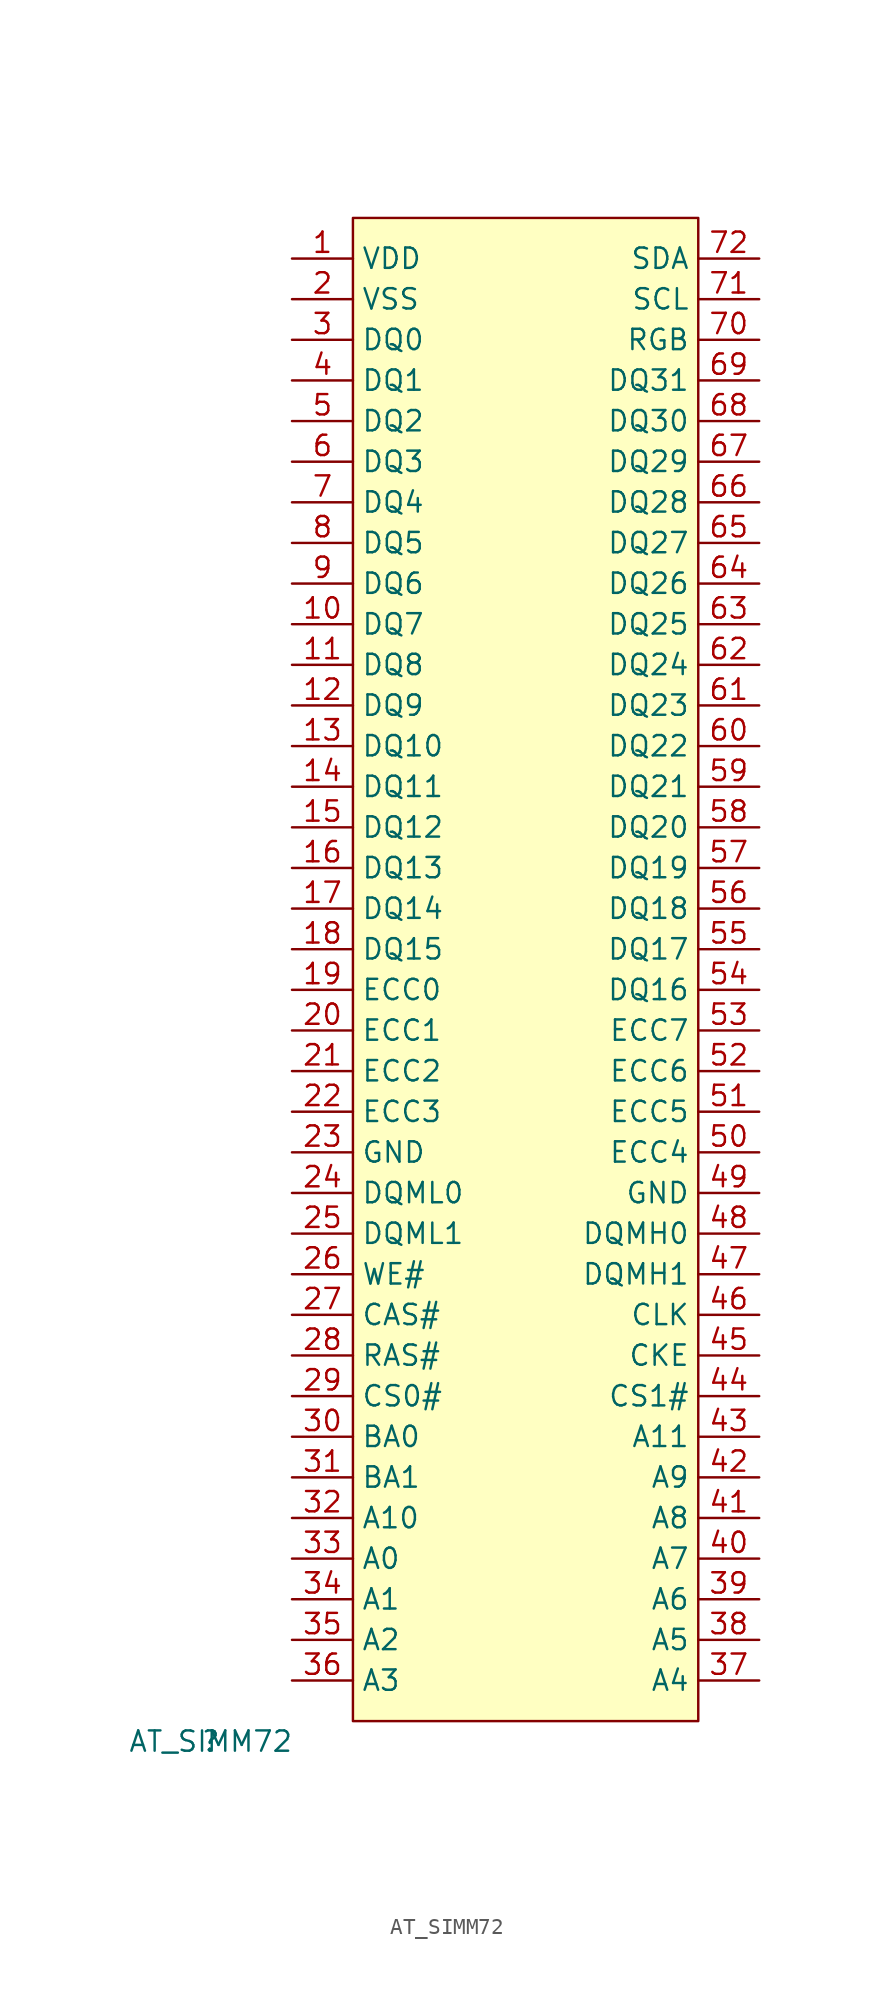
<source format=kicad_sym>
(kicad_symbol_lib
  (version 20220914)
  (generator kicad_symbol_editor)
  (symbol "AT_SIMM72"
    (property "Reference" ""
      (at 0 0 0)
      (effects (font (size 1.27 1.27))))
    (property "Value" "AT_SIMM72"
      (at 0 0 0)
      (effects (font (size 1.27 1.27))))
    (symbol "AT_SIMM72_1_0"
      (rectangle (start 30.48 95.25) (end 8.89 1.27) (stroke (width 0) (type solid)) (fill (type background)))
      (pin passive line (at 5.08 92.71 0) (length 3.81) (name "VDD" (effects (font (size 1.27 1.27)))) (number "1" (effects (font (size 1.27 1.27)))))
      (pin passive line (at 5.08 69.85 0) (length 3.81) (name "DQ7" (effects (font (size 1.27 1.27)))) (number "10" (effects (font (size 1.27 1.27)))))
      (pin passive line (at 5.08 67.31 0) (length 3.81) (name "DQ8" (effects (font (size 1.27 1.27)))) (number "11" (effects (font (size 1.27 1.27)))))
      (pin passive line (at 5.08 64.77 0) (length 3.81) (name "DQ9" (effects (font (size 1.27 1.27)))) (number "12" (effects (font (size 1.27 1.27)))))
      (pin passive line (at 5.08 62.23 0) (length 3.81) (name "DQ10" (effects (font (size 1.27 1.27)))) (number "13" (effects (font (size 1.27 1.27)))))
      (pin passive line (at 5.08 59.69 0) (length 3.81) (name "DQ11" (effects (font (size 1.27 1.27)))) (number "14" (effects (font (size 1.27 1.27)))))
      (pin passive line (at 5.08 57.15 0) (length 3.81) (name "DQ12" (effects (font (size 1.27 1.27)))) (number "15" (effects (font (size 1.27 1.27)))))
      (pin passive line (at 5.08 54.61 0) (length 3.81) (name "DQ13" (effects (font (size 1.27 1.27)))) (number "16" (effects (font (size 1.27 1.27)))))
      (pin passive line (at 5.08 52.07 0) (length 3.81) (name "DQ14" (effects (font (size 1.27 1.27)))) (number "17" (effects (font (size 1.27 1.27)))))
      (pin passive line (at 5.08 49.53 0) (length 3.81) (name "DQ15" (effects (font (size 1.27 1.27)))) (number "18" (effects (font (size 1.27 1.27)))))
      (pin passive line (at 5.08 46.99 0) (length 3.81) (name "ECC0" (effects (font (size 1.27 1.27)))) (number "19" (effects (font (size 1.27 1.27)))))
      (pin passive line (at 5.08 90.17 0) (length 3.81) (name "VSS" (effects (font (size 1.27 1.27)))) (number "2" (effects (font (size 1.27 1.27)))))
      (pin passive line (at 5.08 44.45 0) (length 3.81) (name "ECC1" (effects (font (size 1.27 1.27)))) (number "20" (effects (font (size 1.27 1.27)))))
      (pin passive line (at 5.08 41.91 0) (length 3.81) (name "ECC2" (effects (font (size 1.27 1.27)))) (number "21" (effects (font (size 1.27 1.27)))))
      (pin passive line (at 5.08 39.37 0) (length 3.81) (name "ECC3" (effects (font (size 1.27 1.27)))) (number "22" (effects (font (size 1.27 1.27)))))
      (pin passive line (at 5.08 36.83 0) (length 3.81) (name "GND" (effects (font (size 1.27 1.27)))) (number "23" (effects (font (size 1.27 1.27)))))
      (pin passive line (at 5.08 34.29 0) (length 3.81) (name "DQML0" (effects (font (size 1.27 1.27)))) (number "24" (effects (font (size 1.27 1.27)))))
      (pin passive line (at 5.08 31.75 0) (length 3.81) (name "DQML1" (effects (font (size 1.27 1.27)))) (number "25" (effects (font (size 1.27 1.27)))))
      (pin passive line (at 5.08 29.21 0) (length 3.81) (name "WE#" (effects (font (size 1.27 1.27)))) (number "26" (effects (font (size 1.27 1.27)))))
      (pin passive line (at 5.08 26.67 0) (length 3.81) (name "CAS#" (effects (font (size 1.27 1.27)))) (number "27" (effects (font (size 1.27 1.27)))))
      (pin passive line (at 5.08 24.13 0) (length 3.81) (name "RAS#" (effects (font (size 1.27 1.27)))) (number "28" (effects (font (size 1.27 1.27)))))
      (pin passive line (at 5.08 21.59 0) (length 3.81) (name "CS0#" (effects (font (size 1.27 1.27)))) (number "29" (effects (font (size 1.27 1.27)))))
      (pin passive line (at 5.08 87.63 0) (length 3.81) (name "DQ0" (effects (font (size 1.27 1.27)))) (number "3" (effects (font (size 1.27 1.27)))))
      (pin passive line (at 5.08 19.05 0) (length 3.81) (name "BA0" (effects (font (size 1.27 1.27)))) (number "30" (effects (font (size 1.27 1.27)))))
      (pin passive line (at 5.08 16.51 0) (length 3.81) (name "BA1" (effects (font (size 1.27 1.27)))) (number "31" (effects (font (size 1.27 1.27)))))
      (pin passive line (at 5.08 13.97 0) (length 3.81) (name "A10" (effects (font (size 1.27 1.27)))) (number "32" (effects (font (size 1.27 1.27)))))
      (pin passive line (at 5.08 11.43 0) (length 3.81) (name "A0" (effects (font (size 1.27 1.27)))) (number "33" (effects (font (size 1.27 1.27)))))
      (pin passive line (at 5.08 8.89 0) (length 3.81) (name "A1" (effects (font (size 1.27 1.27)))) (number "34" (effects (font (size 1.27 1.27)))))
      (pin passive line (at 5.08 6.35 0) (length 3.81) (name "A2" (effects (font (size 1.27 1.27)))) (number "35" (effects (font (size 1.27 1.27)))))
      (pin passive line (at 5.08 3.81 0) (length 3.81) (name "A3" (effects (font (size 1.27 1.27)))) (number "36" (effects (font (size 1.27 1.27)))))
      (pin passive line (at 34.29 3.81 180) (length 3.81) (name "A4" (effects (font (size 1.27 1.27)))) (number "37" (effects (font (size 1.27 1.27)))))
      (pin passive line (at 34.29 6.35 180) (length 3.81) (name "A5" (effects (font (size 1.27 1.27)))) (number "38" (effects (font (size 1.27 1.27)))))
      (pin passive line (at 34.29 8.89 180) (length 3.81) (name "A6" (effects (font (size 1.27 1.27)))) (number "39" (effects (font (size 1.27 1.27)))))
      (pin passive line (at 5.08 85.09 0) (length 3.81) (name "DQ1" (effects (font (size 1.27 1.27)))) (number "4" (effects (font (size 1.27 1.27)))))
      (pin passive line (at 34.29 11.43 180) (length 3.81) (name "A7" (effects (font (size 1.27 1.27)))) (number "40" (effects (font (size 1.27 1.27)))))
      (pin passive line (at 34.29 13.97 180) (length 3.81) (name "A8" (effects (font (size 1.27 1.27)))) (number "41" (effects (font (size 1.27 1.27)))))
      (pin passive line (at 34.29 16.51 180) (length 3.81) (name "A9" (effects (font (size 1.27 1.27)))) (number "42" (effects (font (size 1.27 1.27)))))
      (pin passive line (at 34.29 19.05 180) (length 3.81) (name "A11" (effects (font (size 1.27 1.27)))) (number "43" (effects (font (size 1.27 1.27)))))
      (pin passive line (at 34.29 21.59 180) (length 3.81) (name "CS1#" (effects (font (size 1.27 1.27)))) (number "44" (effects (font (size 1.27 1.27)))))
      (pin passive line (at 34.29 24.13 180) (length 3.81) (name "CKE" (effects (font (size 1.27 1.27)))) (number "45" (effects (font (size 1.27 1.27)))))
      (pin passive line (at 34.29 26.67 180) (length 3.81) (name "CLK" (effects (font (size 1.27 1.27)))) (number "46" (effects (font (size 1.27 1.27)))))
      (pin passive line (at 34.29 29.21 180) (length 3.81) (name "DQMH1" (effects (font (size 1.27 1.27)))) (number "47" (effects (font (size 1.27 1.27)))))
      (pin passive line (at 34.29 31.75 180) (length 3.81) (name "DQMH0" (effects (font (size 1.27 1.27)))) (number "48" (effects (font (size 1.27 1.27)))))
      (pin passive line (at 34.29 34.29 180) (length 3.81) (name "GND" (effects (font (size 1.27 1.27)))) (number "49" (effects (font (size 1.27 1.27)))))
      (pin passive line (at 5.08 82.55 0) (length 3.81) (name "DQ2" (effects (font (size 1.27 1.27)))) (number "5" (effects (font (size 1.27 1.27)))))
      (pin passive line (at 34.29 36.83 180) (length 3.81) (name "ECC4" (effects (font (size 1.27 1.27)))) (number "50" (effects (font (size 1.27 1.27)))))
      (pin passive line (at 34.29 39.37 180) (length 3.81) (name "ECC5" (effects (font (size 1.27 1.27)))) (number "51" (effects (font (size 1.27 1.27)))))
      (pin passive line (at 34.29 41.91 180) (length 3.81) (name "ECC6" (effects (font (size 1.27 1.27)))) (number "52" (effects (font (size 1.27 1.27)))))
      (pin passive line (at 34.29 44.45 180) (length 3.81) (name "ECC7" (effects (font (size 1.27 1.27)))) (number "53" (effects (font (size 1.27 1.27)))))
      (pin passive line (at 34.29 46.99 180) (length 3.81) (name "DQ16" (effects (font (size 1.27 1.27)))) (number "54" (effects (font (size 1.27 1.27)))))
      (pin passive line (at 34.29 49.53 180) (length 3.81) (name "DQ17" (effects (font (size 1.27 1.27)))) (number "55" (effects (font (size 1.27 1.27)))))
      (pin passive line (at 34.29 52.07 180) (length 3.81) (name "DQ18" (effects (font (size 1.27 1.27)))) (number "56" (effects (font (size 1.27 1.27)))))
      (pin passive line (at 34.29 54.61 180) (length 3.81) (name "DQ19" (effects (font (size 1.27 1.27)))) (number "57" (effects (font (size 1.27 1.27)))))
      (pin passive line (at 34.29 57.15 180) (length 3.81) (name "DQ20" (effects (font (size 1.27 1.27)))) (number "58" (effects (font (size 1.27 1.27)))))
      (pin passive line (at 34.29 59.69 180) (length 3.81) (name "DQ21" (effects (font (size 1.27 1.27)))) (number "59" (effects (font (size 1.27 1.27)))))
      (pin passive line (at 5.08 80.01 0) (length 3.81) (name "DQ3" (effects (font (size 1.27 1.27)))) (number "6" (effects (font (size 1.27 1.27)))))
      (pin passive line (at 34.29 62.23 180) (length 3.81) (name "DQ22" (effects (font (size 1.27 1.27)))) (number "60" (effects (font (size 1.27 1.27)))))
      (pin passive line (at 34.29 64.77 180) (length 3.81) (name "DQ23" (effects (font (size 1.27 1.27)))) (number "61" (effects (font (size 1.27 1.27)))))
      (pin passive line (at 34.29 67.31 180) (length 3.81) (name "DQ24" (effects (font (size 1.27 1.27)))) (number "62" (effects (font (size 1.27 1.27)))))
      (pin passive line (at 34.29 69.85 180) (length 3.81) (name "DQ25" (effects (font (size 1.27 1.27)))) (number "63" (effects (font (size 1.27 1.27)))))
      (pin passive line (at 34.29 72.39 180) (length 3.81) (name "DQ26" (effects (font (size 1.27 1.27)))) (number "64" (effects (font (size 1.27 1.27)))))
      (pin passive line (at 34.29 74.93 180) (length 3.81) (name "DQ27" (effects (font (size 1.27 1.27)))) (number "65" (effects (font (size 1.27 1.27)))))
      (pin passive line (at 34.29 77.47 180) (length 3.81) (name "DQ28" (effects (font (size 1.27 1.27)))) (number "66" (effects (font (size 1.27 1.27)))))
      (pin passive line (at 34.29 80.01 180) (length 3.81) (name "DQ29" (effects (font (size 1.27 1.27)))) (number "67" (effects (font (size 1.27 1.27)))))
      (pin passive line (at 34.29 82.55 180) (length 3.81) (name "DQ30" (effects (font (size 1.27 1.27)))) (number "68" (effects (font (size 1.27 1.27)))))
      (pin passive line (at 34.29 85.09 180) (length 3.81) (name "DQ31" (effects (font (size 1.27 1.27)))) (number "69" (effects (font (size 1.27 1.27)))))
      (pin passive line (at 5.08 77.47 0) (length 3.81) (name "DQ4" (effects (font (size 1.27 1.27)))) (number "7" (effects (font (size 1.27 1.27)))))
      (pin passive line (at 34.29 87.63 180) (length 3.81) (name "RGB" (effects (font (size 1.27 1.27)))) (number "70" (effects (font (size 1.27 1.27)))))
      (pin passive line (at 34.29 90.17 180) (length 3.81) (name "SCL" (effects (font (size 1.27 1.27)))) (number "71" (effects (font (size 1.27 1.27)))))
      (pin passive line (at 34.29 92.71 180) (length 3.81) (name "SDA" (effects (font (size 1.27 1.27)))) (number "72" (effects (font (size 1.27 1.27)))))
      (pin passive line (at 5.08 74.93 0) (length 3.81) (name "DQ5" (effects (font (size 1.27 1.27)))) (number "8" (effects (font (size 1.27 1.27)))))
      (pin passive line (at 5.08 72.39 0) (length 3.81) (name "DQ6" (effects (font (size 1.27 1.27)))) (number "9" (effects (font (size 1.27 1.27))))))))
</source>
